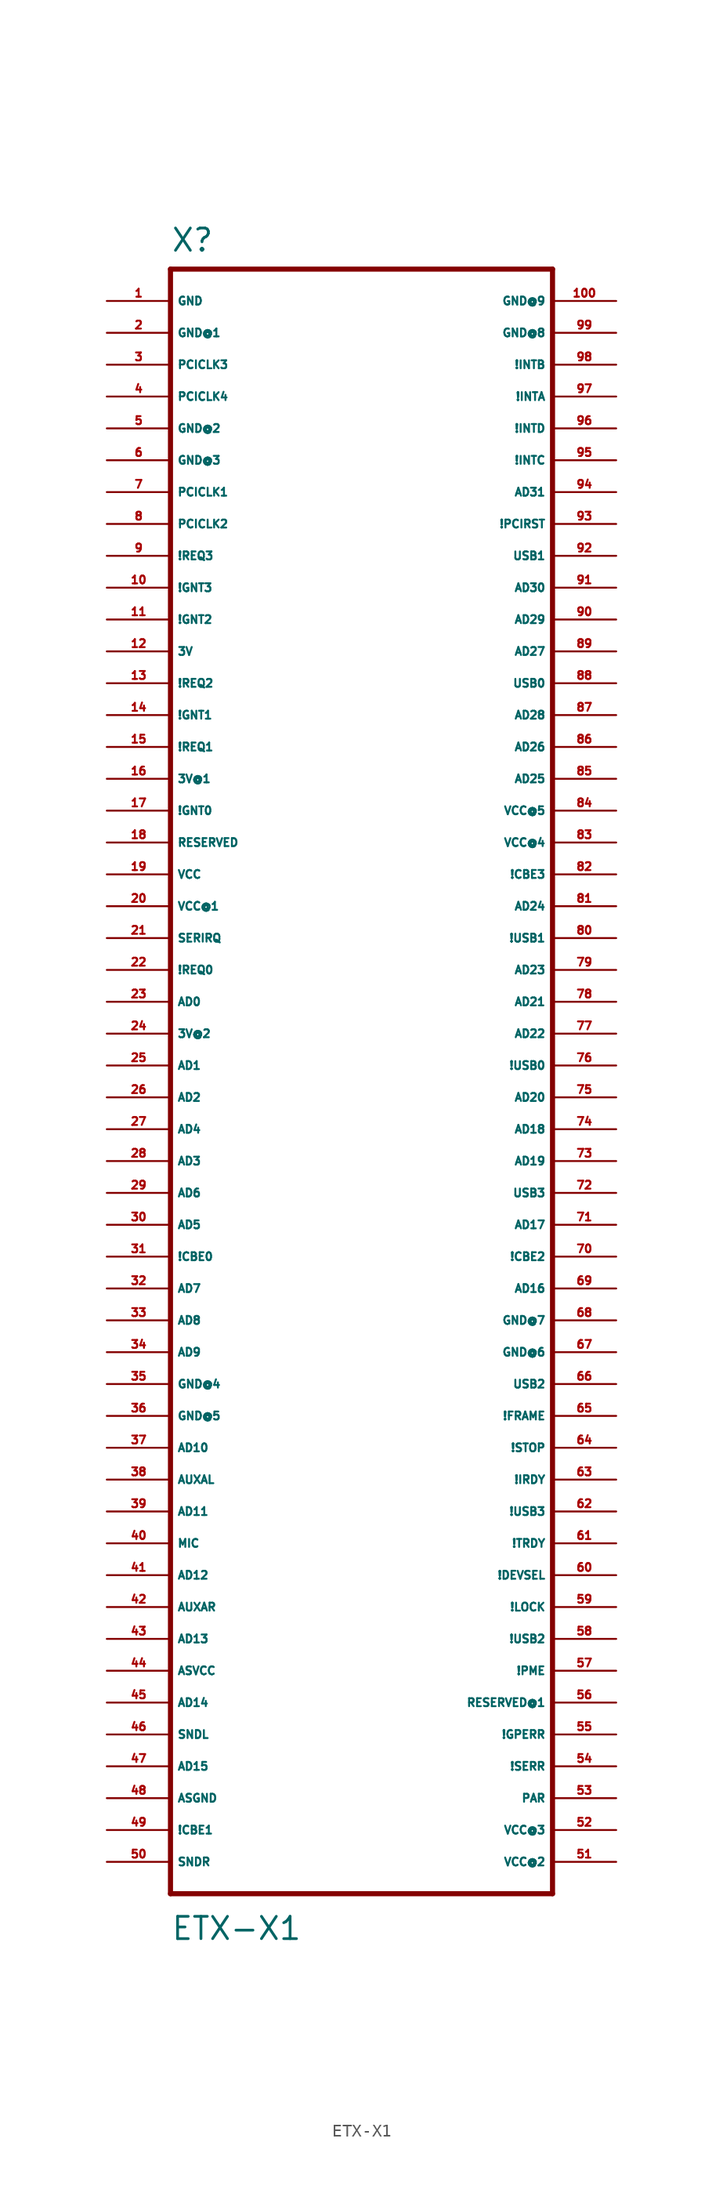
<source format=kicad_sym>
(kicad_symbol_lib
  (version 20220914)
  (generator Eagle2Kicad)
  (symbol "ETX-X1"
    (property "Reference" "X"
      (at -15.24 67.31 0)
      (effects (font (size 1.778 1.778) (thickness 0.22)) (justify left bottom)))
    (property "Value" "ETX-X1"
      (at -15.24 -67.31 0)
      (effects (font (size 1.778 1.778) (thickness 0.22)) (justify left bottom)))
    (polyline
      (pts (xy -15.24 -63.5) (xy 15.24 -63.5))
      (stroke (width 0.406) (type default))
      (fill (type none)))
    (polyline
      (pts (xy 15.24 -63.5) (xy 15.24 66.04))
      (stroke (width 0.406) (type default))
      (fill (type none)))
    (polyline
      (pts (xy 15.24 66.04) (xy -15.24 66.04))
      (stroke (width 0.406) (type default))
      (fill (type none)))
    (polyline
      (pts (xy -15.24 66.04) (xy -15.24 -63.5))
      (stroke (width 0.406) (type default))
      (fill (type none)))
    (pin unspecified line
      (at -20.32 63.5 0)
      (length 5.08)
      (name "GND" (effects (font (size 0.635 0.635) (thickness 0.08)) (justify left bottom)))
      (number "1" (effects (font (size 0.635 0.635) (thickness 0.08)) (justify left bottom))))
    (pin unspecified line
      (at -20.32 60.96 0)
      (length 5.08)
      (name "GND@1" (effects (font (size 0.635 0.635) (thickness 0.08)) (justify left bottom)))
      (number "2" (effects (font (size 0.635 0.635) (thickness 0.08)) (justify left bottom))))
    (pin bidirectional line
      (at -20.32 58.42 0)
      (length 5.08)
      (name "PCICLK3" (effects (font (size 0.635 0.635) (thickness 0.08)) (justify left bottom)))
      (number "3" (effects (font (size 0.635 0.635) (thickness 0.08)) (justify left bottom))))
    (pin bidirectional line
      (at -20.32 55.88 0)
      (length 5.08)
      (name "PCICLK4" (effects (font (size 0.635 0.635) (thickness 0.08)) (justify left bottom)))
      (number "4" (effects (font (size 0.635 0.635) (thickness 0.08)) (justify left bottom))))
    (pin unspecified line
      (at -20.32 53.34 0)
      (length 5.08)
      (name "GND@2" (effects (font (size 0.635 0.635) (thickness 0.08)) (justify left bottom)))
      (number "5" (effects (font (size 0.635 0.635) (thickness 0.08)) (justify left bottom))))
    (pin unspecified line
      (at -20.32 50.8 0)
      (length 5.08)
      (name "GND@3" (effects (font (size 0.635 0.635) (thickness 0.08)) (justify left bottom)))
      (number "6" (effects (font (size 0.635 0.635) (thickness 0.08)) (justify left bottom))))
    (pin bidirectional line
      (at -20.32 48.26 0)
      (length 5.08)
      (name "PCICLK1" (effects (font (size 0.635 0.635) (thickness 0.08)) (justify left bottom)))
      (number "7" (effects (font (size 0.635 0.635) (thickness 0.08)) (justify left bottom))))
    (pin bidirectional line
      (at -20.32 45.72 0)
      (length 5.08)
      (name "PCICLK2" (effects (font (size 0.635 0.635) (thickness 0.08)) (justify left bottom)))
      (number "8" (effects (font (size 0.635 0.635) (thickness 0.08)) (justify left bottom))))
    (pin bidirectional line
      (at -20.32 43.18 0)
      (length 5.08)
      (name "!REQ3" (effects (font (size 0.635 0.635) (thickness 0.08)) (justify left bottom)))
      (number "9" (effects (font (size 0.635 0.635) (thickness 0.08)) (justify left bottom))))
    (pin bidirectional line
      (at -20.32 40.64 0)
      (length 5.08)
      (name "!GNT3" (effects (font (size 0.635 0.635) (thickness 0.08)) (justify left bottom)))
      (number "10" (effects (font (size 0.635 0.635) (thickness 0.08)) (justify left bottom))))
    (pin bidirectional line
      (at -20.32 38.1 0)
      (length 5.08)
      (name "!GNT2" (effects (font (size 0.635 0.635) (thickness 0.08)) (justify left bottom)))
      (number "11" (effects (font (size 0.635 0.635) (thickness 0.08)) (justify left bottom))))
    (pin unspecified line
      (at -20.32 35.56 0)
      (length 5.08)
      (name "3V" (effects (font (size 0.635 0.635) (thickness 0.08)) (justify left bottom)))
      (number "12" (effects (font (size 0.635 0.635) (thickness 0.08)) (justify left bottom))))
    (pin bidirectional line
      (at -20.32 33.02 0)
      (length 5.08)
      (name "!REQ2" (effects (font (size 0.635 0.635) (thickness 0.08)) (justify left bottom)))
      (number "13" (effects (font (size 0.635 0.635) (thickness 0.08)) (justify left bottom))))
    (pin bidirectional line
      (at -20.32 30.48 0)
      (length 5.08)
      (name "!GNT1" (effects (font (size 0.635 0.635) (thickness 0.08)) (justify left bottom)))
      (number "14" (effects (font (size 0.635 0.635) (thickness 0.08)) (justify left bottom))))
    (pin bidirectional line
      (at -20.32 27.94 0)
      (length 5.08)
      (name "!REQ1" (effects (font (size 0.635 0.635) (thickness 0.08)) (justify left bottom)))
      (number "15" (effects (font (size 0.635 0.635) (thickness 0.08)) (justify left bottom))))
    (pin unspecified line
      (at -20.32 25.4 0)
      (length 5.08)
      (name "3V@1" (effects (font (size 0.635 0.635) (thickness 0.08)) (justify left bottom)))
      (number "16" (effects (font (size 0.635 0.635) (thickness 0.08)) (justify left bottom))))
    (pin bidirectional line
      (at -20.32 22.86 0)
      (length 5.08)
      (name "!GNT0" (effects (font (size 0.635 0.635) (thickness 0.08)) (justify left bottom)))
      (number "17" (effects (font (size 0.635 0.635) (thickness 0.08)) (justify left bottom))))
    (pin bidirectional line
      (at -20.32 20.32 0)
      (length 5.08)
      (name "RESERVED" (effects (font (size 0.635 0.635) (thickness 0.08)) (justify left bottom)))
      (number "18" (effects (font (size 0.635 0.635) (thickness 0.08)) (justify left bottom))))
    (pin unspecified line
      (at -20.32 17.78 0)
      (length 5.08)
      (name "VCC" (effects (font (size 0.635 0.635) (thickness 0.08)) (justify left bottom)))
      (number "19" (effects (font (size 0.635 0.635) (thickness 0.08)) (justify left bottom))))
    (pin unspecified line
      (at -20.32 15.24 0)
      (length 5.08)
      (name "VCC@1" (effects (font (size 0.635 0.635) (thickness 0.08)) (justify left bottom)))
      (number "20" (effects (font (size 0.635 0.635) (thickness 0.08)) (justify left bottom))))
    (pin bidirectional line
      (at -20.32 12.7 0)
      (length 5.08)
      (name "SERIRQ" (effects (font (size 0.635 0.635) (thickness 0.08)) (justify left bottom)))
      (number "21" (effects (font (size 0.635 0.635) (thickness 0.08)) (justify left bottom))))
    (pin bidirectional line
      (at -20.32 10.16 0)
      (length 5.08)
      (name "!REQ0" (effects (font (size 0.635 0.635) (thickness 0.08)) (justify left bottom)))
      (number "22" (effects (font (size 0.635 0.635) (thickness 0.08)) (justify left bottom))))
    (pin bidirectional line
      (at -20.32 7.62 0)
      (length 5.08)
      (name "AD0" (effects (font (size 0.635 0.635) (thickness 0.08)) (justify left bottom)))
      (number "23" (effects (font (size 0.635 0.635) (thickness 0.08)) (justify left bottom))))
    (pin unspecified line
      (at -20.32 5.08 0)
      (length 5.08)
      (name "3V@2" (effects (font (size 0.635 0.635) (thickness 0.08)) (justify left bottom)))
      (number "24" (effects (font (size 0.635 0.635) (thickness 0.08)) (justify left bottom))))
    (pin bidirectional line
      (at -20.32 2.54 0)
      (length 5.08)
      (name "AD1" (effects (font (size 0.635 0.635) (thickness 0.08)) (justify left bottom)))
      (number "25" (effects (font (size 0.635 0.635) (thickness 0.08)) (justify left bottom))))
    (pin bidirectional line
      (at -20.32 0 0)
      (length 5.08)
      (name "AD2" (effects (font (size 0.635 0.635) (thickness 0.08)) (justify left bottom)))
      (number "26" (effects (font (size 0.635 0.635) (thickness 0.08)) (justify left bottom))))
    (pin bidirectional line
      (at -20.32 -2.54 0)
      (length 5.08)
      (name "AD4" (effects (font (size 0.635 0.635) (thickness 0.08)) (justify left bottom)))
      (number "27" (effects (font (size 0.635 0.635) (thickness 0.08)) (justify left bottom))))
    (pin bidirectional line
      (at -20.32 -5.08 0)
      (length 5.08)
      (name "AD3" (effects (font (size 0.635 0.635) (thickness 0.08)) (justify left bottom)))
      (number "28" (effects (font (size 0.635 0.635) (thickness 0.08)) (justify left bottom))))
    (pin bidirectional line
      (at -20.32 -7.62 0)
      (length 5.08)
      (name "AD6" (effects (font (size 0.635 0.635) (thickness 0.08)) (justify left bottom)))
      (number "29" (effects (font (size 0.635 0.635) (thickness 0.08)) (justify left bottom))))
    (pin bidirectional line
      (at -20.32 -10.16 0)
      (length 5.08)
      (name "AD5" (effects (font (size 0.635 0.635) (thickness 0.08)) (justify left bottom)))
      (number "30" (effects (font (size 0.635 0.635) (thickness 0.08)) (justify left bottom))))
    (pin bidirectional line
      (at -20.32 -12.7 0)
      (length 5.08)
      (name "!CBE0" (effects (font (size 0.635 0.635) (thickness 0.08)) (justify left bottom)))
      (number "31" (effects (font (size 0.635 0.635) (thickness 0.08)) (justify left bottom))))
    (pin bidirectional line
      (at -20.32 -15.24 0)
      (length 5.08)
      (name "AD7" (effects (font (size 0.635 0.635) (thickness 0.08)) (justify left bottom)))
      (number "32" (effects (font (size 0.635 0.635) (thickness 0.08)) (justify left bottom))))
    (pin bidirectional line
      (at -20.32 -17.78 0)
      (length 5.08)
      (name "AD8" (effects (font (size 0.635 0.635) (thickness 0.08)) (justify left bottom)))
      (number "33" (effects (font (size 0.635 0.635) (thickness 0.08)) (justify left bottom))))
    (pin bidirectional line
      (at -20.32 -20.32 0)
      (length 5.08)
      (name "AD9" (effects (font (size 0.635 0.635) (thickness 0.08)) (justify left bottom)))
      (number "34" (effects (font (size 0.635 0.635) (thickness 0.08)) (justify left bottom))))
    (pin unspecified line
      (at -20.32 -22.86 0)
      (length 5.08)
      (name "GND@4" (effects (font (size 0.635 0.635) (thickness 0.08)) (justify left bottom)))
      (number "35" (effects (font (size 0.635 0.635) (thickness 0.08)) (justify left bottom))))
    (pin bidirectional line
      (at -20.32 -25.4 0)
      (length 5.08)
      (name "GND@5" (effects (font (size 0.635 0.635) (thickness 0.08)) (justify left bottom)))
      (number "36" (effects (font (size 0.635 0.635) (thickness 0.08)) (justify left bottom))))
    (pin bidirectional line
      (at -20.32 -27.94 0)
      (length 5.08)
      (name "AD10" (effects (font (size 0.635 0.635) (thickness 0.08)) (justify left bottom)))
      (number "37" (effects (font (size 0.635 0.635) (thickness 0.08)) (justify left bottom))))
    (pin bidirectional line
      (at -20.32 -30.48 0)
      (length 5.08)
      (name "AUXAL" (effects (font (size 0.635 0.635) (thickness 0.08)) (justify left bottom)))
      (number "38" (effects (font (size 0.635 0.635) (thickness 0.08)) (justify left bottom))))
    (pin bidirectional line
      (at -20.32 -33.02 0)
      (length 5.08)
      (name "AD11" (effects (font (size 0.635 0.635) (thickness 0.08)) (justify left bottom)))
      (number "39" (effects (font (size 0.635 0.635) (thickness 0.08)) (justify left bottom))))
    (pin bidirectional line
      (at -20.32 -35.56 0)
      (length 5.08)
      (name "MIC" (effects (font (size 0.635 0.635) (thickness 0.08)) (justify left bottom)))
      (number "40" (effects (font (size 0.635 0.635) (thickness 0.08)) (justify left bottom))))
    (pin bidirectional line
      (at -20.32 -38.1 0)
      (length 5.08)
      (name "AD12" (effects (font (size 0.635 0.635) (thickness 0.08)) (justify left bottom)))
      (number "41" (effects (font (size 0.635 0.635) (thickness 0.08)) (justify left bottom))))
    (pin bidirectional line
      (at -20.32 -40.64 0)
      (length 5.08)
      (name "AUXAR" (effects (font (size 0.635 0.635) (thickness 0.08)) (justify left bottom)))
      (number "42" (effects (font (size 0.635 0.635) (thickness 0.08)) (justify left bottom))))
    (pin bidirectional line
      (at -20.32 -43.18 0)
      (length 5.08)
      (name "AD13" (effects (font (size 0.635 0.635) (thickness 0.08)) (justify left bottom)))
      (number "43" (effects (font (size 0.635 0.635) (thickness 0.08)) (justify left bottom))))
    (pin unspecified line
      (at -20.32 -45.72 0)
      (length 5.08)
      (name "ASVCC" (effects (font (size 0.635 0.635) (thickness 0.08)) (justify left bottom)))
      (number "44" (effects (font (size 0.635 0.635) (thickness 0.08)) (justify left bottom))))
    (pin bidirectional line
      (at -20.32 -48.26 0)
      (length 5.08)
      (name "AD14" (effects (font (size 0.635 0.635) (thickness 0.08)) (justify left bottom)))
      (number "45" (effects (font (size 0.635 0.635) (thickness 0.08)) (justify left bottom))))
    (pin bidirectional line
      (at -20.32 -50.8 0)
      (length 5.08)
      (name "SNDL" (effects (font (size 0.635 0.635) (thickness 0.08)) (justify left bottom)))
      (number "46" (effects (font (size 0.635 0.635) (thickness 0.08)) (justify left bottom))))
    (pin bidirectional line
      (at -20.32 -53.34 0)
      (length 5.08)
      (name "AD15" (effects (font (size 0.635 0.635) (thickness 0.08)) (justify left bottom)))
      (number "47" (effects (font (size 0.635 0.635) (thickness 0.08)) (justify left bottom))))
    (pin unspecified line
      (at -20.32 -55.88 0)
      (length 5.08)
      (name "ASGND" (effects (font (size 0.635 0.635) (thickness 0.08)) (justify left bottom)))
      (number "48" (effects (font (size 0.635 0.635) (thickness 0.08)) (justify left bottom))))
    (pin bidirectional line
      (at -20.32 -58.42 0)
      (length 5.08)
      (name "!CBE1" (effects (font (size 0.635 0.635) (thickness 0.08)) (justify left bottom)))
      (number "49" (effects (font (size 0.635 0.635) (thickness 0.08)) (justify left bottom))))
    (pin bidirectional line
      (at -20.32 -60.96 0)
      (length 5.08)
      (name "SNDR" (effects (font (size 0.635 0.635) (thickness 0.08)) (justify left bottom)))
      (number "50" (effects (font (size 0.635 0.635) (thickness 0.08)) (justify left bottom))))
    (pin unspecified line
      (at 20.32 -60.96 180)
      (length 5.08)
      (name "VCC@2" (effects (font (size 0.635 0.635) (thickness 0.08)) (justify left bottom)))
      (number "51" (effects (font (size 0.635 0.635) (thickness 0.08)) (justify left bottom))))
    (pin unspecified line
      (at 20.32 -58.42 180)
      (length 5.08)
      (name "VCC@3" (effects (font (size 0.635 0.635) (thickness 0.08)) (justify left bottom)))
      (number "52" (effects (font (size 0.635 0.635) (thickness 0.08)) (justify left bottom))))
    (pin bidirectional line
      (at 20.32 -55.88 180)
      (length 5.08)
      (name "PAR" (effects (font (size 0.635 0.635) (thickness 0.08)) (justify left bottom)))
      (number "53" (effects (font (size 0.635 0.635) (thickness 0.08)) (justify left bottom))))
    (pin bidirectional line
      (at 20.32 -53.34 180)
      (length 5.08)
      (name "!SERR" (effects (font (size 0.635 0.635) (thickness 0.08)) (justify left bottom)))
      (number "54" (effects (font (size 0.635 0.635) (thickness 0.08)) (justify left bottom))))
    (pin bidirectional line
      (at 20.32 -50.8 180)
      (length 5.08)
      (name "!GPERR" (effects (font (size 0.635 0.635) (thickness 0.08)) (justify left bottom)))
      (number "55" (effects (font (size 0.635 0.635) (thickness 0.08)) (justify left bottom))))
    (pin bidirectional line
      (at 20.32 -48.26 180)
      (length 5.08)
      (name "RESERVED@1" (effects (font (size 0.635 0.635) (thickness 0.08)) (justify left bottom)))
      (number "56" (effects (font (size 0.635 0.635) (thickness 0.08)) (justify left bottom))))
    (pin bidirectional line
      (at 20.32 -45.72 180)
      (length 5.08)
      (name "!PME" (effects (font (size 0.635 0.635) (thickness 0.08)) (justify left bottom)))
      (number "57" (effects (font (size 0.635 0.635) (thickness 0.08)) (justify left bottom))))
    (pin bidirectional line
      (at 20.32 -43.18 180)
      (length 5.08)
      (name "!USB2" (effects (font (size 0.635 0.635) (thickness 0.08)) (justify left bottom)))
      (number "58" (effects (font (size 0.635 0.635) (thickness 0.08)) (justify left bottom))))
    (pin bidirectional line
      (at 20.32 -40.64 180)
      (length 5.08)
      (name "!LOCK" (effects (font (size 0.635 0.635) (thickness 0.08)) (justify left bottom)))
      (number "59" (effects (font (size 0.635 0.635) (thickness 0.08)) (justify left bottom))))
    (pin bidirectional line
      (at 20.32 -38.1 180)
      (length 5.08)
      (name "!DEVSEL" (effects (font (size 0.635 0.635) (thickness 0.08)) (justify left bottom)))
      (number "60" (effects (font (size 0.635 0.635) (thickness 0.08)) (justify left bottom))))
    (pin bidirectional line
      (at 20.32 -35.56 180)
      (length 5.08)
      (name "!TRDY" (effects (font (size 0.635 0.635) (thickness 0.08)) (justify left bottom)))
      (number "61" (effects (font (size 0.635 0.635) (thickness 0.08)) (justify left bottom))))
    (pin bidirectional line
      (at 20.32 -33.02 180)
      (length 5.08)
      (name "!USB3" (effects (font (size 0.635 0.635) (thickness 0.08)) (justify left bottom)))
      (number "62" (effects (font (size 0.635 0.635) (thickness 0.08)) (justify left bottom))))
    (pin bidirectional line
      (at 20.32 -30.48 180)
      (length 5.08)
      (name "!IRDY" (effects (font (size 0.635 0.635) (thickness 0.08)) (justify left bottom)))
      (number "63" (effects (font (size 0.635 0.635) (thickness 0.08)) (justify left bottom))))
    (pin bidirectional line
      (at 20.32 -27.94 180)
      (length 5.08)
      (name "!STOP" (effects (font (size 0.635 0.635) (thickness 0.08)) (justify left bottom)))
      (number "64" (effects (font (size 0.635 0.635) (thickness 0.08)) (justify left bottom))))
    (pin bidirectional line
      (at 20.32 -25.4 180)
      (length 5.08)
      (name "!FRAME" (effects (font (size 0.635 0.635) (thickness 0.08)) (justify left bottom)))
      (number "65" (effects (font (size 0.635 0.635) (thickness 0.08)) (justify left bottom))))
    (pin bidirectional line
      (at 20.32 -22.86 180)
      (length 5.08)
      (name "USB2" (effects (font (size 0.635 0.635) (thickness 0.08)) (justify left bottom)))
      (number "66" (effects (font (size 0.635 0.635) (thickness 0.08)) (justify left bottom))))
    (pin unspecified line
      (at 20.32 -20.32 180)
      (length 5.08)
      (name "GND@6" (effects (font (size 0.635 0.635) (thickness 0.08)) (justify left bottom)))
      (number "67" (effects (font (size 0.635 0.635) (thickness 0.08)) (justify left bottom))))
    (pin unspecified line
      (at 20.32 -17.78 180)
      (length 5.08)
      (name "GND@7" (effects (font (size 0.635 0.635) (thickness 0.08)) (justify left bottom)))
      (number "68" (effects (font (size 0.635 0.635) (thickness 0.08)) (justify left bottom))))
    (pin bidirectional line
      (at 20.32 -15.24 180)
      (length 5.08)
      (name "AD16" (effects (font (size 0.635 0.635) (thickness 0.08)) (justify left bottom)))
      (number "69" (effects (font (size 0.635 0.635) (thickness 0.08)) (justify left bottom))))
    (pin bidirectional line
      (at 20.32 -12.7 180)
      (length 5.08)
      (name "!CBE2" (effects (font (size 0.635 0.635) (thickness 0.08)) (justify left bottom)))
      (number "70" (effects (font (size 0.635 0.635) (thickness 0.08)) (justify left bottom))))
    (pin bidirectional line
      (at 20.32 -10.16 180)
      (length 5.08)
      (name "AD17" (effects (font (size 0.635 0.635) (thickness 0.08)) (justify left bottom)))
      (number "71" (effects (font (size 0.635 0.635) (thickness 0.08)) (justify left bottom))))
    (pin bidirectional line
      (at 20.32 -7.62 180)
      (length 5.08)
      (name "USB3" (effects (font (size 0.635 0.635) (thickness 0.08)) (justify left bottom)))
      (number "72" (effects (font (size 0.635 0.635) (thickness 0.08)) (justify left bottom))))
    (pin bidirectional line
      (at 20.32 -5.08 180)
      (length 5.08)
      (name "AD19" (effects (font (size 0.635 0.635) (thickness 0.08)) (justify left bottom)))
      (number "73" (effects (font (size 0.635 0.635) (thickness 0.08)) (justify left bottom))))
    (pin bidirectional line
      (at 20.32 -2.54 180)
      (length 5.08)
      (name "AD18" (effects (font (size 0.635 0.635) (thickness 0.08)) (justify left bottom)))
      (number "74" (effects (font (size 0.635 0.635) (thickness 0.08)) (justify left bottom))))
    (pin bidirectional line
      (at 20.32 0 180)
      (length 5.08)
      (name "AD20" (effects (font (size 0.635 0.635) (thickness 0.08)) (justify left bottom)))
      (number "75" (effects (font (size 0.635 0.635) (thickness 0.08)) (justify left bottom))))
    (pin bidirectional line
      (at 20.32 2.54 180)
      (length 5.08)
      (name "!USB0" (effects (font (size 0.635 0.635) (thickness 0.08)) (justify left bottom)))
      (number "76" (effects (font (size 0.635 0.635) (thickness 0.08)) (justify left bottom))))
    (pin bidirectional line
      (at 20.32 5.08 180)
      (length 5.08)
      (name "AD22" (effects (font (size 0.635 0.635) (thickness 0.08)) (justify left bottom)))
      (number "77" (effects (font (size 0.635 0.635) (thickness 0.08)) (justify left bottom))))
    (pin bidirectional line
      (at 20.32 7.62 180)
      (length 5.08)
      (name "AD21" (effects (font (size 0.635 0.635) (thickness 0.08)) (justify left bottom)))
      (number "78" (effects (font (size 0.635 0.635) (thickness 0.08)) (justify left bottom))))
    (pin bidirectional line
      (at 20.32 10.16 180)
      (length 5.08)
      (name "AD23" (effects (font (size 0.635 0.635) (thickness 0.08)) (justify left bottom)))
      (number "79" (effects (font (size 0.635 0.635) (thickness 0.08)) (justify left bottom))))
    (pin bidirectional line
      (at 20.32 12.7 180)
      (length 5.08)
      (name "!USB1" (effects (font (size 0.635 0.635) (thickness 0.08)) (justify left bottom)))
      (number "80" (effects (font (size 0.635 0.635) (thickness 0.08)) (justify left bottom))))
    (pin bidirectional line
      (at 20.32 15.24 180)
      (length 5.08)
      (name "AD24" (effects (font (size 0.635 0.635) (thickness 0.08)) (justify left bottom)))
      (number "81" (effects (font (size 0.635 0.635) (thickness 0.08)) (justify left bottom))))
    (pin bidirectional line
      (at 20.32 17.78 180)
      (length 5.08)
      (name "!CBE3" (effects (font (size 0.635 0.635) (thickness 0.08)) (justify left bottom)))
      (number "82" (effects (font (size 0.635 0.635) (thickness 0.08)) (justify left bottom))))
    (pin unspecified line
      (at 20.32 20.32 180)
      (length 5.08)
      (name "VCC@4" (effects (font (size 0.635 0.635) (thickness 0.08)) (justify left bottom)))
      (number "83" (effects (font (size 0.635 0.635) (thickness 0.08)) (justify left bottom))))
    (pin unspecified line
      (at 20.32 22.86 180)
      (length 5.08)
      (name "VCC@5" (effects (font (size 0.635 0.635) (thickness 0.08)) (justify left bottom)))
      (number "84" (effects (font (size 0.635 0.635) (thickness 0.08)) (justify left bottom))))
    (pin bidirectional line
      (at 20.32 25.4 180)
      (length 5.08)
      (name "AD25" (effects (font (size 0.635 0.635) (thickness 0.08)) (justify left bottom)))
      (number "85" (effects (font (size 0.635 0.635) (thickness 0.08)) (justify left bottom))))
    (pin bidirectional line
      (at 20.32 27.94 180)
      (length 5.08)
      (name "AD26" (effects (font (size 0.635 0.635) (thickness 0.08)) (justify left bottom)))
      (number "86" (effects (font (size 0.635 0.635) (thickness 0.08)) (justify left bottom))))
    (pin bidirectional line
      (at 20.32 30.48 180)
      (length 5.08)
      (name "AD28" (effects (font (size 0.635 0.635) (thickness 0.08)) (justify left bottom)))
      (number "87" (effects (font (size 0.635 0.635) (thickness 0.08)) (justify left bottom))))
    (pin bidirectional line
      (at 20.32 33.02 180)
      (length 5.08)
      (name "USB0" (effects (font (size 0.635 0.635) (thickness 0.08)) (justify left bottom)))
      (number "88" (effects (font (size 0.635 0.635) (thickness 0.08)) (justify left bottom))))
    (pin bidirectional line
      (at 20.32 35.56 180)
      (length 5.08)
      (name "AD27" (effects (font (size 0.635 0.635) (thickness 0.08)) (justify left bottom)))
      (number "89" (effects (font (size 0.635 0.635) (thickness 0.08)) (justify left bottom))))
    (pin bidirectional line
      (at 20.32 38.1 180)
      (length 5.08)
      (name "AD29" (effects (font (size 0.635 0.635) (thickness 0.08)) (justify left bottom)))
      (number "90" (effects (font (size 0.635 0.635) (thickness 0.08)) (justify left bottom))))
    (pin bidirectional line
      (at 20.32 40.64 180)
      (length 5.08)
      (name "AD30" (effects (font (size 0.635 0.635) (thickness 0.08)) (justify left bottom)))
      (number "91" (effects (font (size 0.635 0.635) (thickness 0.08)) (justify left bottom))))
    (pin bidirectional line
      (at 20.32 43.18 180)
      (length 5.08)
      (name "USB1" (effects (font (size 0.635 0.635) (thickness 0.08)) (justify left bottom)))
      (number "92" (effects (font (size 0.635 0.635) (thickness 0.08)) (justify left bottom))))
    (pin bidirectional line
      (at 20.32 45.72 180)
      (length 5.08)
      (name "!PCIRST" (effects (font (size 0.635 0.635) (thickness 0.08)) (justify left bottom)))
      (number "93" (effects (font (size 0.635 0.635) (thickness 0.08)) (justify left bottom))))
    (pin bidirectional line
      (at 20.32 48.26 180)
      (length 5.08)
      (name "AD31" (effects (font (size 0.635 0.635) (thickness 0.08)) (justify left bottom)))
      (number "94" (effects (font (size 0.635 0.635) (thickness 0.08)) (justify left bottom))))
    (pin bidirectional line
      (at 20.32 50.8 180)
      (length 5.08)
      (name "!INTC" (effects (font (size 0.635 0.635) (thickness 0.08)) (justify left bottom)))
      (number "95" (effects (font (size 0.635 0.635) (thickness 0.08)) (justify left bottom))))
    (pin bidirectional line
      (at 20.32 53.34 180)
      (length 5.08)
      (name "!INTD" (effects (font (size 0.635 0.635) (thickness 0.08)) (justify left bottom)))
      (number "96" (effects (font (size 0.635 0.635) (thickness 0.08)) (justify left bottom))))
    (pin bidirectional line
      (at 20.32 55.88 180)
      (length 5.08)
      (name "!INTA" (effects (font (size 0.635 0.635) (thickness 0.08)) (justify left bottom)))
      (number "97" (effects (font (size 0.635 0.635) (thickness 0.08)) (justify left bottom))))
    (pin bidirectional line
      (at 20.32 58.42 180)
      (length 5.08)
      (name "!INTB" (effects (font (size 0.635 0.635) (thickness 0.08)) (justify left bottom)))
      (number "98" (effects (font (size 0.635 0.635) (thickness 0.08)) (justify left bottom))))
    (pin unspecified line
      (at 20.32 60.96 180)
      (length 5.08)
      (name "GND@8" (effects (font (size 0.635 0.635) (thickness 0.08)) (justify left bottom)))
      (number "99" (effects (font (size 0.635 0.635) (thickness 0.08)) (justify left bottom))))
    (pin unspecified line
      (at 20.32 63.5 180)
      (length 5.08)
      (name "GND@9" (effects (font (size 0.635 0.635) (thickness 0.08)) (justify left bottom)))
      (number "100" (effects (font (size 0.635 0.635) (thickness 0.08)) (justify left bottom))))))
</source>
